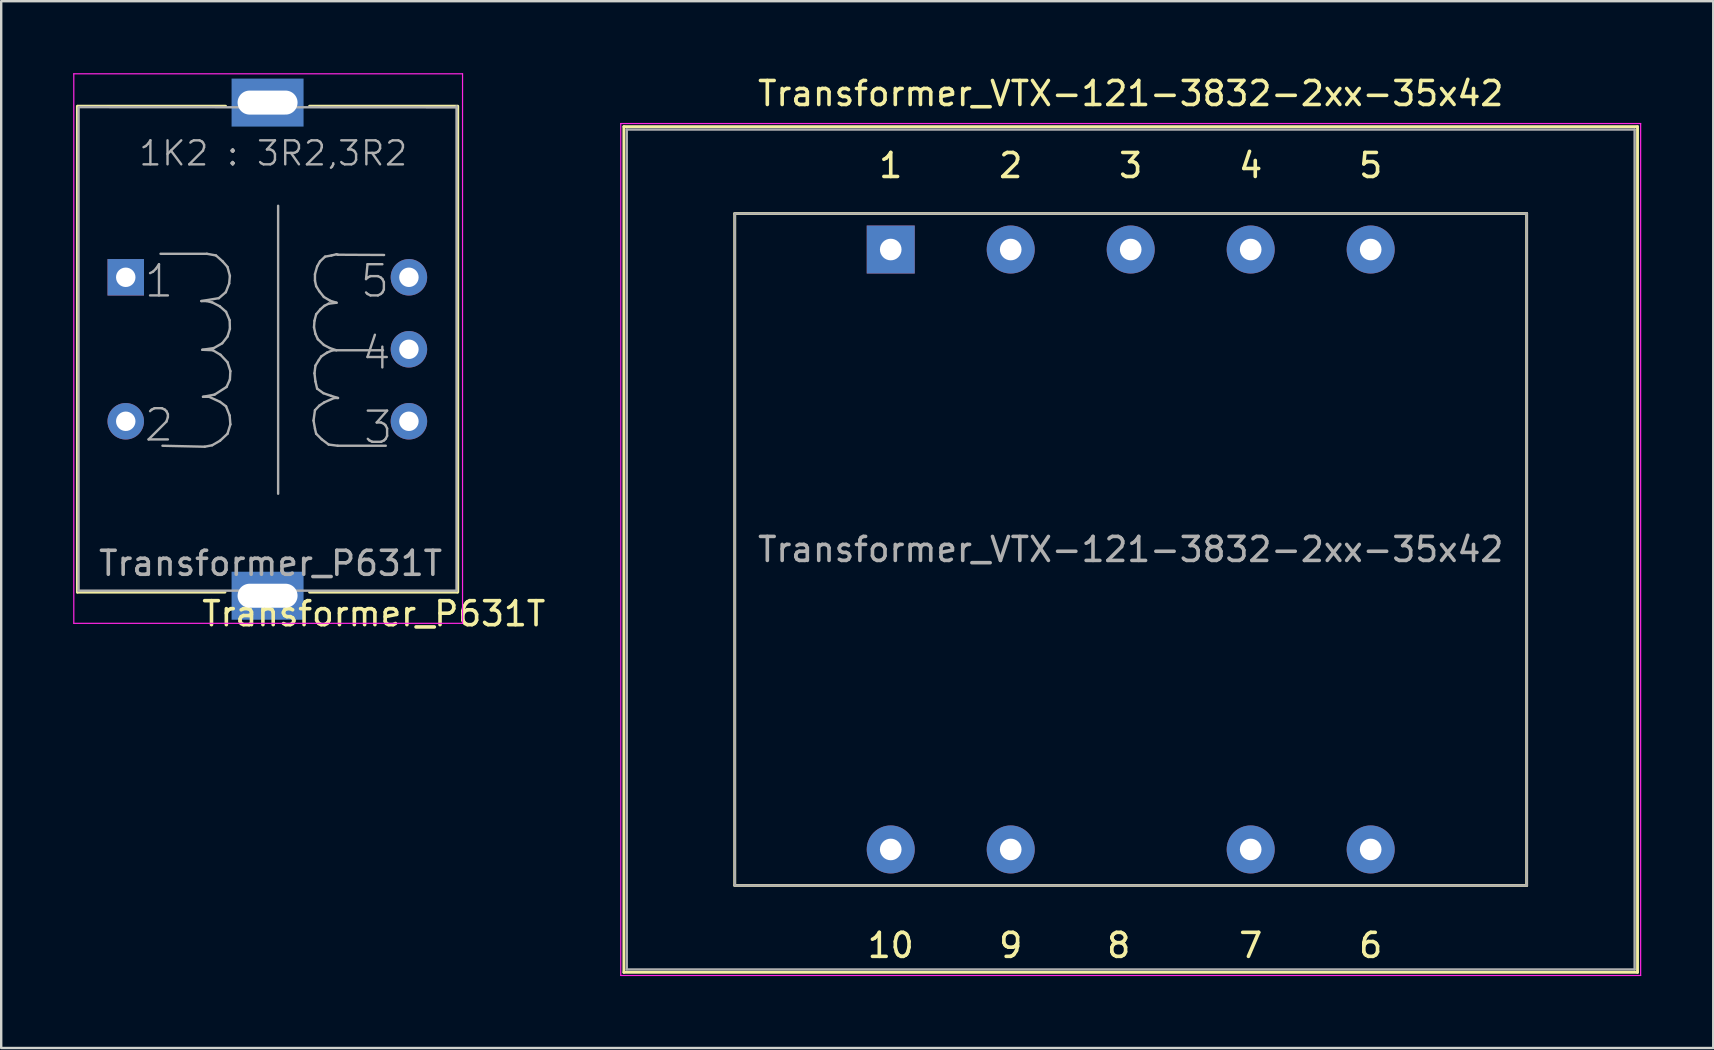
<source format=kicad_pcb>
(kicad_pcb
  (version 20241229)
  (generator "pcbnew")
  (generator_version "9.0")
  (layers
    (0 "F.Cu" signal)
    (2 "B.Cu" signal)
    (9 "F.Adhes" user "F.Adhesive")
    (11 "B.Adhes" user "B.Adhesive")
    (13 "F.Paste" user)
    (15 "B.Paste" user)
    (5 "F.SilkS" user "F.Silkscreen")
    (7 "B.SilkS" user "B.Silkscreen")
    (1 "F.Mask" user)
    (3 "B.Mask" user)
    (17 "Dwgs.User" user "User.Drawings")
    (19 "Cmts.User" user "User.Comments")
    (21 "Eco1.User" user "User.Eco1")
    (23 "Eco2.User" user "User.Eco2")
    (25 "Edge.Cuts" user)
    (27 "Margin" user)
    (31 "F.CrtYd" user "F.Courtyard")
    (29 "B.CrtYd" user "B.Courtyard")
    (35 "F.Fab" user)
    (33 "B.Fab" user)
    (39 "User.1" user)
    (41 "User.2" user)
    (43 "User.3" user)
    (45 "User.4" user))
  (footprint "Transformer_VTX-121-3832-2xx-35x42"
    (layer "F.Cu")
    (at 34.068 32.348)
    (property "Reference" "Transformer_VTX-121-3832-2xx-35x42" (at 10 -31.5 0) (layer "F.SilkS") (effects (font (size 1 1) (thickness 0.15))))
    (attr through_hole)
    (fp_line (start -11.12 -30.12) (end -11.12 5.12) (stroke (width 0.12) (type solid)) (layer "F.SilkS"))
    (fp_line (start -11.12 -30.12) (end 31.12 -30.12) (stroke (width 0.12) (type solid)) (layer "F.SilkS"))
    (fp_line (start -6.5 -26.5) (end 26.5 -26.5) (stroke (width 0.12) (type solid)) (layer "F.SilkS"))
    (fp_line (start -6.5 1.5) (end -6.5 -26.5) (stroke (width 0.12) (type solid)) (layer "F.SilkS"))
    (fp_line (start 26.5 -26.5) (end 26.5 1.5) (stroke (width 0.12) (type solid)) (layer "F.SilkS"))
    (fp_line (start 26.5 1.5) (end -6.5 1.5) (stroke (width 0.12) (type solid)) (layer "F.SilkS"))
    (fp_line (start 31.12 5.12) (end -11.12 5.12) (stroke (width 0.12) (type solid)) (layer "F.SilkS"))
    (fp_line (start 31.12 5.12) (end 31.12 -30.12) (stroke (width 0.12) (type solid)) (layer "F.SilkS"))
    (fp_line (start -11.25 -30.25) (end -11.25 5.25) (stroke (width 0.05) (type solid)) (layer "F.CrtYd"))
    (fp_line (start -11.25 -30.25) (end 31.25 -30.25) (stroke (width 0.05) (type solid)) (layer "F.CrtYd"))
    (fp_line (start 31.25 5.25) (end -11.25 5.25) (stroke (width 0.05) (type solid)) (layer "F.CrtYd"))
    (fp_line (start 31.25 5.25) (end 31.25 -30.25) (stroke (width 0.05) (type solid)) (layer "F.CrtYd"))
    (fp_line (start -11 -30) (end 31 -30) (stroke (width 0.1) (type solid)) (layer "F.Fab"))
    (fp_line (start -11 5) (end -11 -30) (stroke (width 0.1) (type solid)) (layer "F.Fab"))
    (fp_line (start -6.5 -26.5) (end -6.5 1.5) (stroke (width 0.1) (type solid)) (layer "F.Fab"))
    (fp_line (start -6.5 1.5) (end 26.5 1.5) (stroke (width 0.1) (type solid)) (layer "F.Fab"))
    (fp_line (start 26.5 -26.5) (end -6.5 -26.5) (stroke (width 0.1) (type solid)) (layer "F.Fab"))
    (fp_line (start 26.5 1.5) (end 26.5 -26.5) (stroke (width 0.1) (type solid)) (layer "F.Fab"))
    (fp_line (start 31 -30) (end 31 5) (stroke (width 0.1) (type solid)) (layer "F.Fab"))
    (fp_line (start 31 5) (end -11 5) (stroke (width 0.1) (type solid)) (layer "F.Fab"))
    (fp_text user "1" (at 0 -28.5 0) (layer "F.SilkS") (effects (font (size 1 1) (thickness 0.15))))
    (fp_text user "2" (at 5 -28.5 0) (layer "F.SilkS") (effects (font (size 1 1) (thickness 0.15))))
    (fp_text user "3" (at 10 -28.5 0) (layer "F.SilkS") (effects (font (size 1 1) (thickness 0.15))))
    (fp_text user "4" (at 15 -28.5 0) (layer "F.SilkS") (effects (font (size 1 1) (thickness 0.15))))
    (fp_text user "10" (at 0 4 0) (layer "F.SilkS") (effects (font (size 1 1) (thickness 0.15))))
    (fp_text user "6" (at 20 4 0) (layer "F.SilkS") (effects (font (size 1 1) (thickness 0.15))))
    (fp_text user "5" (at 20 -28.5 0) (layer "F.SilkS") (effects (font (size 1 1) (thickness 0.15))))
    (fp_text user "8" (at 9.5 4 0) (layer "F.SilkS") (effects (font (size 1 1) (thickness 0.15))))
    (fp_text user "9" (at 5 4 0) (layer "F.SilkS") (effects (font (size 1 1) (thickness 0.15))))
    (fp_text user "7" (at 15 4 0) (layer "F.SilkS") (effects (font (size 1 1) (thickness 0.15))))
    (fp_text user "${REFERENCE}" (at 10 -12.5 0) (layer "F.Fab") (effects (font (size 1 1) (thickness 0.15))))
    (pad "1" thru_hole rect (at 0 -25) (size 2 2) (drill 0.9) (layers "*.Cu" "*.Mask"))
    (pad "2" thru_hole circle (at 5 -25) (size 2 2) (drill 0.9) (layers "*.Cu" "*.Mask"))
    (pad "3" thru_hole circle (at 10 -25) (size 2 2) (drill 0.9) (layers "*.Cu" "*.Mask"))
    (pad "4" thru_hole circle (at 15 -25) (size 2 2) (drill 0.9) (layers "*.Cu" "*.Mask"))
    (pad "5" thru_hole circle (at 20 -25) (size 2 2) (drill 0.9) (layers "*.Cu" "*.Mask"))
    (pad "6" thru_hole circle (at 20 0) (size 2 2) (drill 0.9) (layers "*.Cu" "*.Mask"))
    (pad "7" thru_hole circle (at 15 0) (size 2 2) (drill 0.9) (layers "*.Cu" "*.Mask"))
    (pad "9" thru_hole circle (at 5 0) (size 2 2) (drill 0.9) (layers "*.Cu" "*.Mask"))
    (pad "10" thru_hole circle (at 0 0) (size 2 2) (drill 0.9) (layers "*.Cu" "*.Mask")))
  (footprint "Transformer_P631T"
    (layer "F.Cu")
    (at 14.925 6.675)
    (property "Reference" "Transformer_P631T" (at -2.4 15.85 180) (layer "F.SilkS") (effects (font (size 1 1) (thickness 0.15))))
    (attr through_hole)
    (fp_line (start -14.75 14.95) (end -14.75 -5.3) (stroke (width 0.12) (type solid)) (layer "F.SilkS"))
    (fp_line (start -8.6 14.95) (end -14.75 14.95) (stroke (width 0.12) (type solid)) (layer "F.SilkS"))
    (fp_line (start -8.575 -5.3) (end -14.725 -5.3) (stroke (width 0.12) (type solid)) (layer "F.SilkS"))
    (fp_line (start 1.075 -5.3) (end -5.075 -5.3) (stroke (width 0.12) (type solid)) (layer "F.SilkS"))
    (fp_line (start 1.075 14.95) (end -5.075 14.95) (stroke (width 0.12) (type solid)) (layer "F.SilkS"))
    (fp_line (start 1.1 -5.3) (end 1.1 14.95) (stroke (width 0.12) (type solid)) (layer "F.SilkS"))
    (fp_line (start -14.9 -6.65) (end -14.9 16.25) (stroke (width 0.05) (type solid)) (layer "F.CrtYd"))
    (fp_line (start -14.9 -6.65) (end 1.3 -6.65) (stroke (width 0.05) (type solid)) (layer "F.CrtYd"))
    (fp_line (start 1.3 16.25) (end -14.9 16.25) (stroke (width 0.05) (type solid)) (layer "F.CrtYd"))
    (fp_line (start 1.3 16.25) (end 1.3 -6.65) (stroke (width 0.05) (type solid)) (layer "F.CrtYd"))
    (fp_line (start -14.7 -5.25) (end -14.7 14.89) (stroke (width 0.1) (type solid)) (layer "F.Fab"))
    (fp_line (start -14.7 14.89) (end 1.05 14.89) (stroke (width 0.1) (type solid)) (layer "F.Fab"))
    (fp_line (start -11.205 8.85) (end -9.445 8.89) (stroke (width 0.1) (type solid)) (layer "F.Fab"))
    (fp_line (start -9.585 2.82) (end -8.855 2.7) (stroke (width 0.1) (type solid)) (layer "F.Fab"))
    (fp_line (start -9.545 4.85) (end -9.065 4.78) (stroke (width 0.1) (type solid)) (layer "F.Fab"))
    (fp_line (start -9.515 6.81) (end -9.035 6.72) (stroke (width 0.1) (type solid)) (layer "F.Fab"))
    (fp_line (start -9.445 8.89) (end -9.135 8.83) (stroke (width 0.1) (type solid)) (layer "F.Fab"))
    (fp_line (start -9.365 2.82) (end -9.585 2.82) (stroke (width 0.1) (type solid)) (layer "F.Fab"))
    (fp_line (start -9.355 0.85) (end -11.285 0.85) (stroke (width 0.1) (type solid)) (layer "F.Fab"))
    (fp_line (start -9.265 6.81) (end -9.515 6.81) (stroke (width 0.1) (type solid)) (layer "F.Fab"))
    (fp_line (start -9.135 8.83) (end -8.805 8.64) (stroke (width 0.1) (type solid)) (layer "F.Fab"))
    (fp_line (start -9.125 2.88) (end -9.365 2.82) (stroke (width 0.1) (type solid)) (layer "F.Fab"))
    (fp_line (start -9.105 4.87) (end -9.545 4.85) (stroke (width 0.1) (type solid)) (layer "F.Fab"))
    (fp_line (start -9.065 4.78) (end -8.715 4.58) (stroke (width 0.1) (type solid)) (layer "F.Fab"))
    (fp_line (start -9.035 6.72) (end -8.535 6.4) (stroke (width 0.1) (type solid)) (layer "F.Fab"))
    (fp_line (start -8.975 0.92) (end -9.355 0.85) (stroke (width 0.1) (type solid)) (layer "F.Fab"))
    (fp_line (start -8.855 2.7) (end -8.565 2.45) (stroke (width 0.1) (type solid)) (layer "F.Fab"))
    (fp_line (start -8.815 3.04) (end -9.125 2.88) (stroke (width 0.1) (type solid)) (layer "F.Fab"))
    (fp_line (start -8.805 7.02) (end -9.265 6.81) (stroke (width 0.1) (type solid)) (layer "F.Fab"))
    (fp_line (start -8.805 8.64) (end -8.495 8.35) (stroke (width 0.1) (type solid)) (layer "F.Fab"))
    (fp_line (start -8.785 5.06) (end -9.105 4.87) (stroke (width 0.1) (type solid)) (layer "F.Fab"))
    (fp_line (start -8.715 4.58) (end -8.495 4.3) (stroke (width 0.1) (type solid)) (layer "F.Fab"))
    (fp_line (start -8.695 1.17) (end -8.975 0.92) (stroke (width 0.1) (type solid)) (layer "F.Fab"))
    (fp_line (start -8.565 2.45) (end -8.425 2.09) (stroke (width 0.1) (type solid)) (layer "F.Fab"))
    (fp_line (start -8.555 3.27) (end -8.815 3.04) (stroke (width 0.1) (type solid)) (layer "F.Fab"))
    (fp_line (start -8.555 7.21) (end -8.805 7.02) (stroke (width 0.1) (type solid)) (layer "F.Fab"))
    (fp_line (start -8.535 6.4) (end -8.395 6.09) (stroke (width 0.1) (type solid)) (layer "F.Fab"))
    (fp_line (start -8.495 1.4) (end -8.695 1.17) (stroke (width 0.1) (type solid)) (layer "F.Fab"))
    (fp_line (start -8.495 4.3) (end -8.395 3.98) (stroke (width 0.1) (type solid)) (layer "F.Fab"))
    (fp_line (start -8.495 5.37) (end -8.785 5.06) (stroke (width 0.1) (type solid)) (layer "F.Fab"))
    (fp_line (start -8.495 8.35) (end -8.375 7.96) (stroke (width 0.1) (type solid)) (layer "F.Fab"))
    (fp_line (start -8.425 2.09) (end -8.395 1.77) (stroke (width 0.1) (type solid)) (layer "F.Fab"))
    (fp_line (start -8.405 3.62) (end -8.555 3.27) (stroke (width 0.1) (type solid)) (layer "F.Fab"))
    (fp_line (start -8.405 7.59) (end -8.555 7.21) (stroke (width 0.1) (type solid)) (layer "F.Fab"))
    (fp_line (start -8.395 1.77) (end -8.495 1.4) (stroke (width 0.1) (type solid)) (layer "F.Fab"))
    (fp_line (start -8.395 3.98) (end -8.405 3.62) (stroke (width 0.1) (type solid)) (layer "F.Fab"))
    (fp_line (start -8.395 6.09) (end -8.375 5.74) (stroke (width 0.1) (type solid)) (layer "F.Fab"))
    (fp_line (start -8.375 5.74) (end -8.495 5.37) (stroke (width 0.1) (type solid)) (layer "F.Fab"))
    (fp_line (start -8.375 7.96) (end -8.405 7.59) (stroke (width 0.1) (type solid)) (layer "F.Fab"))
    (fp_line (start -6.385 10.85) (end -6.385 -1.15) (stroke (width 0.1) (type solid)) (layer "F.Fab"))
    (fp_line (start -4.91 7.8) (end -4.85 7.37) (stroke (width 0.1) (type solid)) (layer "F.Fab"))
    (fp_line (start -4.89 3.91) (end -4.87 3.64) (stroke (width 0.1) (type solid)) (layer "F.Fab"))
    (fp_line (start -4.87 3.64) (end -4.8 3.37) (stroke (width 0.1) (type solid)) (layer "F.Fab"))
    (fp_line (start -4.87 5.83) (end -4.83 5.51) (stroke (width 0.1) (type solid)) (layer "F.Fab"))
    (fp_line (start -4.85 1.7) (end -4.76 1.38) (stroke (width 0.1) (type solid)) (layer "F.Fab"))
    (fp_line (start -4.85 1.97) (end -4.85 1.7) (stroke (width 0.1) (type solid)) (layer "F.Fab"))
    (fp_line (start -4.85 7.37) (end -4.67 7.18) (stroke (width 0.1) (type solid)) (layer "F.Fab"))
    (fp_line (start -4.85 8.14) (end -4.91 7.8) (stroke (width 0.1) (type solid)) (layer "F.Fab"))
    (fp_line (start -4.83 4.19) (end -4.89 3.91) (stroke (width 0.1) (type solid)) (layer "F.Fab"))
    (fp_line (start -4.83 5.51) (end -4.69 5.28) (stroke (width 0.1) (type solid)) (layer "F.Fab"))
    (fp_line (start -4.83 6.17) (end -4.87 5.83) (stroke (width 0.1) (type solid)) (layer "F.Fab"))
    (fp_line (start -4.8 2.2) (end -4.85 1.97) (stroke (width 0.1) (type solid)) (layer "F.Fab"))
    (fp_line (start -4.8 3.37) (end -4.62 3.16) (stroke (width 0.1) (type solid)) (layer "F.Fab"))
    (fp_line (start -4.8 8.35) (end -4.85 8.14) (stroke (width 0.1) (type solid)) (layer "F.Fab"))
    (fp_line (start -4.76 1.38) (end -4.64 1.17) (stroke (width 0.1) (type solid)) (layer "F.Fab"))
    (fp_line (start -4.76 6.47) (end -4.83 6.17) (stroke (width 0.1) (type solid)) (layer "F.Fab"))
    (fp_line (start -4.73 4.41) (end -4.83 4.19) (stroke (width 0.1) (type solid)) (layer "F.Fab"))
    (fp_line (start -4.69 5.28) (end -4.59 5.13) (stroke (width 0.1) (type solid)) (layer "F.Fab"))
    (fp_line (start -4.67 2.41) (end -4.8 2.2) (stroke (width 0.1) (type solid)) (layer "F.Fab"))
    (fp_line (start -4.67 7.18) (end -4.46 7.04) (stroke (width 0.1) (type solid)) (layer "F.Fab"))
    (fp_line (start -4.64 1.17) (end -4.43 0.97) (stroke (width 0.1) (type solid)) (layer "F.Fab"))
    (fp_line (start -4.62 3.16) (end -4.46 3.02) (stroke (width 0.1) (type solid)) (layer "F.Fab"))
    (fp_line (start -4.59 5.13) (end -4.35 4.97) (stroke (width 0.1) (type solid)) (layer "F.Fab"))
    (fp_line (start -4.57 8.58) (end -4.8 8.35) (stroke (width 0.1) (type solid)) (layer "F.Fab"))
    (fp_line (start -4.5 6.66) (end -4.76 6.47) (stroke (width 0.1) (type solid)) (layer "F.Fab"))
    (fp_line (start -4.48 2.65) (end -4.67 2.41) (stroke (width 0.1) (type solid)) (layer "F.Fab"))
    (fp_line (start -4.48 4.65) (end -4.73 4.41) (stroke (width 0.1) (type solid)) (layer "F.Fab"))
    (fp_line (start -4.46 3.02) (end -4.28 2.93) (stroke (width 0.1) (type solid)) (layer "F.Fab"))
    (fp_line (start -4.46 7.04) (end -4.05 6.86) (stroke (width 0.1) (type solid)) (layer "F.Fab"))
    (fp_line (start -4.43 0.97) (end -4.16 0.92) (stroke (width 0.1) (type solid)) (layer "F.Fab"))
    (fp_line (start -4.35 4.97) (end -4.11 4.87) (stroke (width 0.1) (type solid)) (layer "F.Fab"))
    (fp_line (start -4.28 2.93) (end -3.95 2.89) (stroke (width 0.1) (type solid)) (layer "F.Fab"))
    (fp_line (start -4.28 8.8) (end -4.57 8.58) (stroke (width 0.1) (type solid)) (layer "F.Fab"))
    (fp_line (start -4.23 4.78) (end -4.48 4.65) (stroke (width 0.1) (type solid)) (layer "F.Fab"))
    (fp_line (start -4.21 2.81) (end -4.48 2.65) (stroke (width 0.1) (type solid)) (layer "F.Fab"))
    (fp_line (start -4.18 6.77) (end -4.5 6.66) (stroke (width 0.1) (type solid)) (layer "F.Fab"))
    (fp_line (start -4.16 0.92) (end -3.95 0.87) (stroke (width 0.1) (type solid)) (layer "F.Fab"))
    (fp_line (start -4.11 4.87) (end -3.96 4.87) (stroke (width 0.1) (type solid)) (layer "F.Fab"))
    (fp_line (start -4.05 6.86) (end -3.89 6.86) (stroke (width 0.1) (type solid)) (layer "F.Fab"))
    (fp_line (start -3.96 4.87) (end -4.23 4.78) (stroke (width 0.1) (type solid)) (layer "F.Fab"))
    (fp_line (start -3.95 0.87) (end -3.89 0.89) (stroke (width 0.1) (type solid)) (layer "F.Fab"))
    (fp_line (start -3.95 2.89) (end -4.21 2.81) (stroke (width 0.1) (type solid)) (layer "F.Fab"))
    (fp_line (start -3.935 4.87) (end -2.015 4.87) (stroke (width 0.1) (type solid)) (layer "F.Fab"))
    (fp_line (start -3.9 8.85) (end -4.28 8.8) (stroke (width 0.1) (type solid)) (layer "F.Fab"))
    (fp_line (start -3.89 0.89) (end -1.97 0.9) (stroke (width 0.1) (type solid)) (layer "F.Fab"))
    (fp_line (start -3.89 6.86) (end -4.18 6.77) (stroke (width 0.1) (type solid)) (layer "F.Fab"))
    (fp_line (start -1.9 8.85) (end -3.9 8.85) (stroke (width 0.1) (type solid)) (layer "F.Fab"))
    (fp_line (start 1.05 -5.25) (end -14.68 -5.26) (stroke (width 0.1) (type solid)) (layer "F.Fab"))
    (fp_line (start 1.05 14.89) (end 1.05 -5.3) (stroke (width 0.1) (type solid)) (layer "F.Fab"))
    (fp_text user "1K2 : 3R2,3R2" (at -12.25 -2.75 0) (unlocked yes) (layer "F.Fab") (effects (font (size 1 1) (thickness 0.1)) (justify left bottom)))
    (fp_text user "3" (at -2.9 8.85 0) (unlocked yes) (layer "F.Fab") (effects (font (size 1.3 1.3) (thickness 0.1)) (justify left bottom)))
    (fp_text user "4" (at -2.975 5.75 0) (unlocked yes) (layer "F.Fab") (effects (font (size 1.3 1.3) (thickness 0.1)) (justify left bottom)))
    (fp_text user "${REFERENCE}" (at -6.7 13.75 180) (layer "F.Fab") (effects (font (size 1 1) (thickness 0.15))))
    (fp_text user "5" (at -3.035 2.75 0) (unlocked yes) (layer "F.Fab") (effects (font (size 1.3 1.3) (thickness 0.1)) (justify left bottom)))
    (fp_text user "1" (at -12.035 2.75 0) (unlocked yes) (layer "F.Fab") (effects (font (size 1.3 1.3) (thickness 0.1)) (justify left bottom)))
    (fp_text user "2" (at -12.035 8.75 0) (unlocked yes) (layer "F.Fab") (effects (font (size 1.3 1.3) (thickness 0.1)) (justify left bottom)))
    (pad "" np_thru_hole rect (at -6.825 -5.45) (size 3 2) (drill oval 2.5 1) (layers "B.Cu" "B.Mask"))
    (pad "" np_thru_hole rect (at -6.825 15.1) (size 3 2) (drill oval 2.5 1) (layers "B.Cu" "B.Mask"))
    (pad "1" thru_hole rect (at -12.735 1.83 180) (size 1.52 1.52) (drill 0.81) (layers "*.Cu" "*.Mask"))
    (pad "2" thru_hole circle (at -12.735 7.83 180) (size 1.52 1.52) (drill 0.81) (layers "*.Cu" "*.Mask"))
    (pad "3" thru_hole circle (at -0.935 7.83 180) (size 1.52 1.52) (drill 0.81) (layers "*.Cu" "*.Mask"))
    (pad "4" thru_hole circle (at -0.935 4.83 180) (size 1.52 1.52) (drill 0.81) (layers "*.Cu" "*.Mask"))
    (pad "5" thru_hole circle (at -0.935 1.83 180) (size 1.52 1.52) (drill 0.81) (layers "*.Cu" "*.Mask")))
  (gr_rect
    (start -3 -3)
    (end 68.343 40.623)
    (stroke (width 0.1) (type default))
    (fill no)
    (layer "Edge.Cuts")))
</source>
